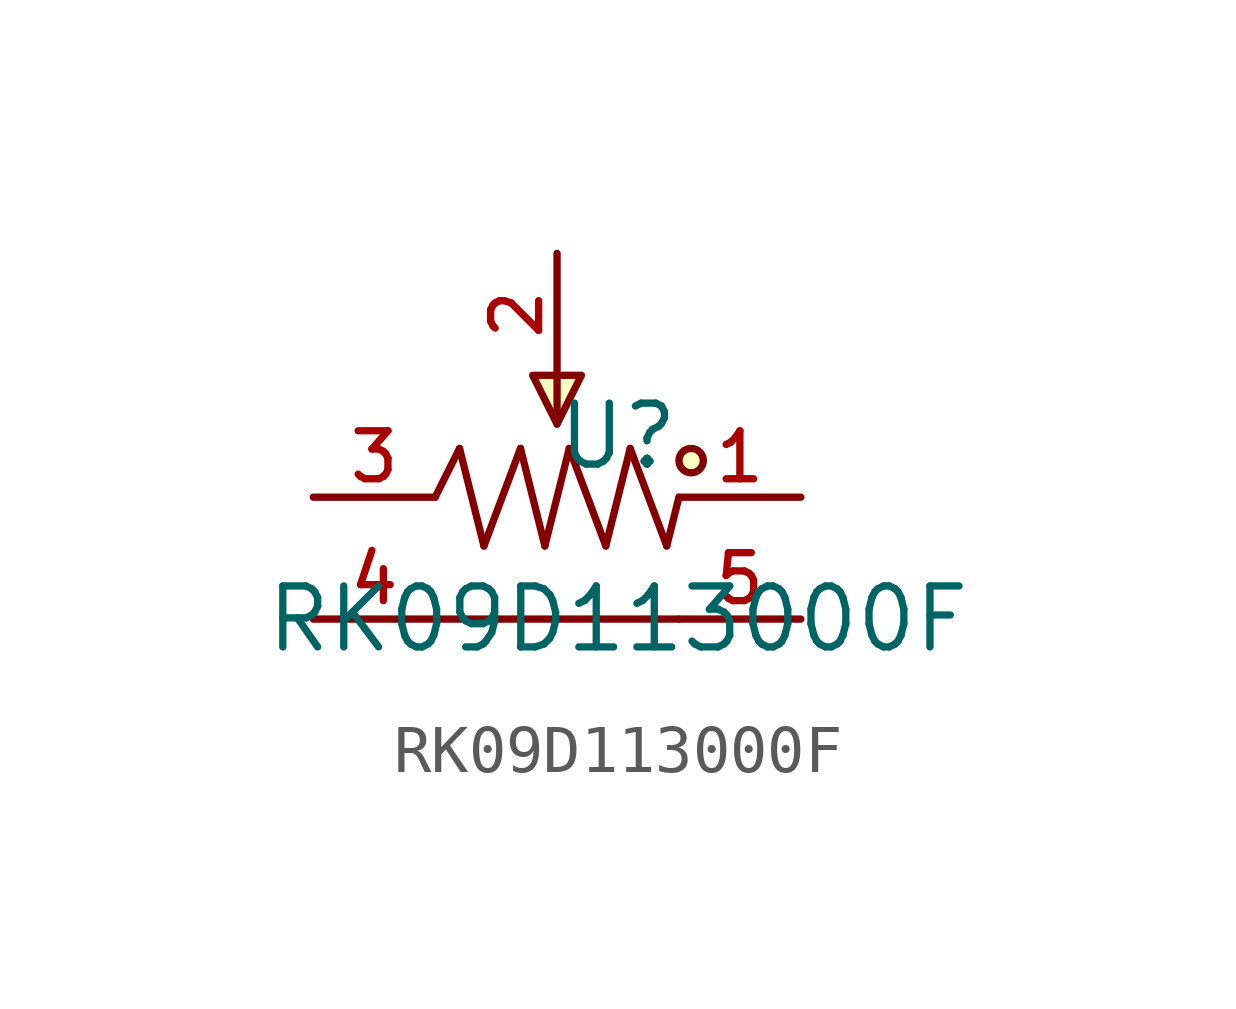
<source format=kicad_sym>
(kicad_symbol_lib
  (version 20210201)
  (generator TousstNicolas/JLC2KiCad_lib)
  (symbol "RK09D113000F"
    (pin_names hide)
    (property "Reference" "U"
      (at 0 1.27 0)
      (effects (font (size 1.27 1.27))))
    (property "Value" "RK09D113000F"
      (at 0 -2.54 0)
      (effects (font (size 1.27 1.27))))
    (symbol "RK09D113000F_0_1"
      (pin unspecified line (at -1.27 5.08 270) (length 2.54) (name "2" (effects (font (size 1 1)))) (number "2" (effects (font (size 1 1)))))
      (circle (center 1.524 0.762) (radius 0.254) (stroke (width 0) (type default) (color 0 0 0 0)) (fill (type background)))
      (polyline (pts (xy -1.778 2.54) (xy -1.27 1.524) (xy -0.762 2.54) (xy -1.778 2.54)) (stroke (width 0) (type default) (color 0 0 0 0)) (fill (type background)))
      (pin unspecified line (at 3.81 -0.0 180) (length 2.54) (name "1" (effects (font (size 1 1)))) (number "1" (effects (font (size 1 1)))))
      (pin unspecified line (at -6.35 -0.0 0) (length 2.54) (name "3" (effects (font (size 1 1)))) (number "3" (effects (font (size 1 1)))))
      (polyline (pts (xy -1.27 2.54) (xy -1.27 1.524)) (stroke (width 0) (type default) (color 0 0 0 0)) (fill (type none)))
      (polyline (pts (xy 1.016 -1.016) (xy 1.27 -0.0)) (stroke (width 0) (type default) (color 0 0 0 0)) (fill (type none)))
      (polyline (pts (xy 0.254 1.016) (xy 1.016 -1.016)) (stroke (width 0) (type default) (color 0 0 0 0)) (fill (type none)))
      (polyline (pts (xy -0.254 -1.016) (xy 0.254 1.016)) (stroke (width 0) (type default) (color 0 0 0 0)) (fill (type none)))
      (polyline (pts (xy -1.016 1.016) (xy -0.254 -1.016)) (stroke (width 0) (type default) (color 0 0 0 0)) (fill (type none)))
      (polyline (pts (xy -1.524 -1.016) (xy -1.016 1.016)) (stroke (width 0) (type default) (color 0 0 0 0)) (fill (type none)))
      (polyline (pts (xy -2.032 1.016) (xy -1.524 -1.016)) (stroke (width 0) (type default) (color 0 0 0 0)) (fill (type none)))
      (polyline (pts (xy -2.794 -1.016) (xy -2.032 1.016)) (stroke (width 0) (type default) (color 0 0 0 0)) (fill (type none)))
      (polyline (pts (xy -3.302 1.016) (xy -2.794 -1.016)) (stroke (width 0) (type default) (color 0 0 0 0)) (fill (type none)))
      (polyline (pts (xy -3.81 -0.0) (xy -3.302 1.016)) (stroke (width 0) (type default) (color 0 0 0 0)) (fill (type none)))
      (pin unspecified line (at 3.81 -2.54 180) (length 2.54) (name "5" (effects (font (size 1 1)))) (number "5" (effects (font (size 1 1)))))
      (pin unspecified line (at -6.35 -2.54 0) (length 2.54) (name "4" (effects (font (size 1 1)))) (number "4" (effects (font (size 1 1)))))
      (polyline (pts (xy -3.81 -2.54) (xy 1.27 -2.54)) (stroke (width 0) (type default) (color 0 0 0 0)) (fill (type none))))))
</source>
